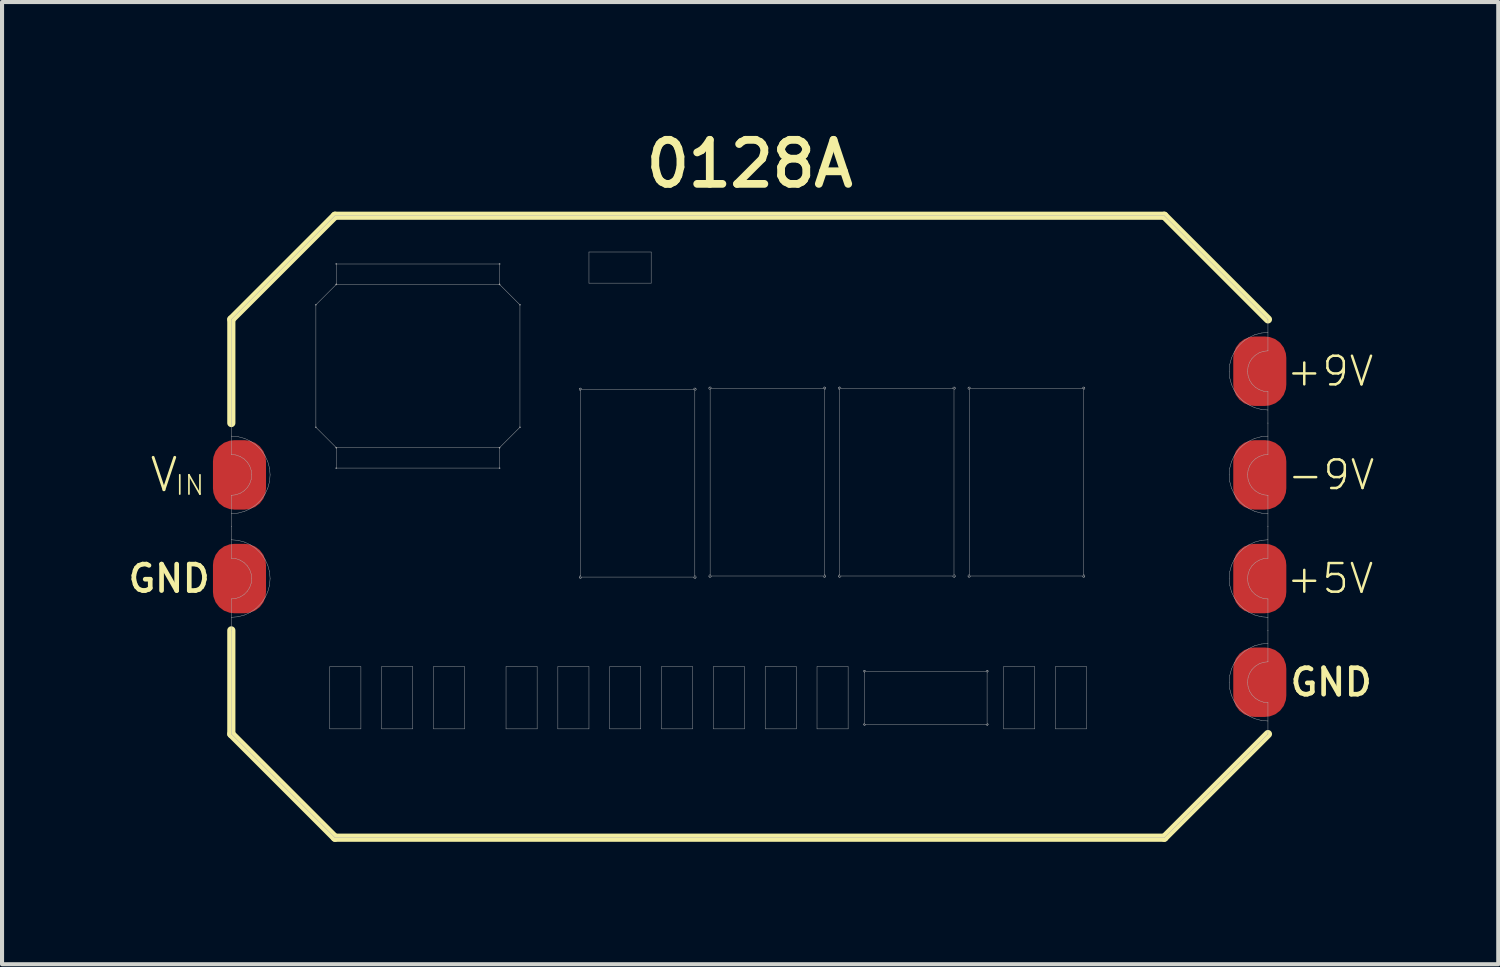
<source format=kicad_pcb>
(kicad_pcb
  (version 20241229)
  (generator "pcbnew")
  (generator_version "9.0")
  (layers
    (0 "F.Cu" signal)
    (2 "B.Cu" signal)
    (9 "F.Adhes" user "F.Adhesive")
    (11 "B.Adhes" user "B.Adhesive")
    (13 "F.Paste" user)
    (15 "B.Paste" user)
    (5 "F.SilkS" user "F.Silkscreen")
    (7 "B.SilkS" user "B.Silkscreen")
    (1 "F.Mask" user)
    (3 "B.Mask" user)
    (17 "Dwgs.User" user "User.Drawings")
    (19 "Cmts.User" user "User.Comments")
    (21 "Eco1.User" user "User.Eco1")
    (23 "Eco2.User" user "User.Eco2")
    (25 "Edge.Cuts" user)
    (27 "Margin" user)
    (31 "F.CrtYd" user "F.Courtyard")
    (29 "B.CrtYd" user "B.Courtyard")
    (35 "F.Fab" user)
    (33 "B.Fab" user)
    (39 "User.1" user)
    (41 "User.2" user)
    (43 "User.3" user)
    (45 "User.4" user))
  (footprint "0128A"
    (layer "F.Cu")
    (at 15.318 9.856)
    (property "Reference" "0128A" (at 0 -8.89 0) (layer "F.SilkS") (effects (font (size 1.079 1.079) (thickness 0.191))))
    (fp_line (start -12.7 -5.08) (end -10.16 -7.62) (stroke (width 0.2) (type solid)) (layer "F.SilkS"))
    (fp_line (start -12.7 -2.54) (end -12.7 -5.08) (stroke (width 0.2) (type solid)) (layer "F.SilkS"))
    (fp_line (start -12.7 5.08) (end -12.7 2.54) (stroke (width 0.2) (type solid)) (layer "F.SilkS"))
    (fp_line (start -10.16 -7.62) (end 10.16 -7.62) (stroke (width 0.2) (type solid)) (layer "F.SilkS"))
    (fp_line (start -10.16 7.62) (end -12.7 5.08) (stroke (width 0.2) (type solid)) (layer "F.SilkS"))
    (fp_line (start 10.16 -7.62) (end 12.7 -5.08) (stroke (width 0.2) (type solid)) (layer "F.SilkS"))
    (fp_line (start 10.16 7.62) (end -10.16 7.62) (stroke (width 0.2) (type solid)) (layer "F.SilkS"))
    (fp_line (start 12.7 5.08) (end 10.16 7.62) (stroke (width 0.2) (type solid)) (layer "F.SilkS"))
    (fp_line (start -12.7 -5.08) (end -12.7 -2.22) (stroke (width 0.01) (type solid)) (layer "F.Fab"))
    (fp_line (start -12.7 -2.22) (end -12.535 -2.206) (stroke (width 0.01) (type solid)) (layer "F.Fab"))
    (fp_line (start -12.7 -1.77) (end -12.7 -2.22) (stroke (width 0.01) (type solid)) (layer "F.Fab"))
    (fp_line (start -12.7 -0.77) (end -12.589 -0.782) (stroke (width 0.01) (type solid)) (layer "F.Fab"))
    (fp_line (start -12.7 -0.32) (end -12.7 -0.77) (stroke (width 0.01) (type solid)) (layer "F.Fab"))
    (fp_line (start -12.7 0.32) (end -12.7 -0.32) (stroke (width 0.01) (type solid)) (layer "F.Fab"))
    (fp_line (start -12.7 0.32) (end -12.535 0.334) (stroke (width 0.01) (type solid)) (layer "F.Fab"))
    (fp_line (start -12.7 0.77) (end -12.7 0.32) (stroke (width 0.01) (type solid)) (layer "F.Fab"))
    (fp_line (start -12.7 1.77) (end -12.589 1.758) (stroke (width 0.01) (type solid)) (layer "F.Fab"))
    (fp_line (start -12.7 2.22) (end -12.7 1.77) (stroke (width 0.01) (type solid)) (layer "F.Fab"))
    (fp_line (start -12.7 2.22) (end -12.7 5.08) (stroke (width 0.01) (type solid)) (layer "F.Fab"))
    (fp_line (start -12.7 5.08) (end -10.16 7.62) (stroke (width 0.01) (type solid)) (layer "F.Fab"))
    (fp_line (start -12.589 -1.758) (end -12.7 -1.77) (stroke (width 0.01) (type solid)) (layer "F.Fab"))
    (fp_line (start -12.589 -0.782) (end -12.483 -0.82) (stroke (width 0.01) (type solid)) (layer "F.Fab"))
    (fp_line (start -12.589 0.782) (end -12.7 0.77) (stroke (width 0.01) (type solid)) (layer "F.Fab"))
    (fp_line (start -12.589 1.758) (end -12.483 1.72) (stroke (width 0.01) (type solid)) (layer "F.Fab"))
    (fp_line (start -12.535 -2.206) (end -12.375 -2.163) (stroke (width 0.01) (type solid)) (layer "F.Fab"))
    (fp_line (start -12.535 -0.334) (end -12.7 -0.32) (stroke (width 0.01) (type solid)) (layer "F.Fab"))
    (fp_line (start -12.535 0.334) (end -12.375 0.377) (stroke (width 0.01) (type solid)) (layer "F.Fab"))
    (fp_line (start -12.535 2.206) (end -12.7 2.22) (stroke (width 0.01) (type solid)) (layer "F.Fab"))
    (fp_line (start -12.483 -1.72) (end -12.589 -1.758) (stroke (width 0.01) (type solid)) (layer "F.Fab"))
    (fp_line (start -12.483 -0.82) (end -12.388 -0.879) (stroke (width 0.01) (type solid)) (layer "F.Fab"))
    (fp_line (start -12.483 0.82) (end -12.589 0.782) (stroke (width 0.01) (type solid)) (layer "F.Fab"))
    (fp_line (start -12.483 1.72) (end -12.388 1.661) (stroke (width 0.01) (type solid)) (layer "F.Fab"))
    (fp_line (start -12.388 -1.661) (end -12.483 -1.72) (stroke (width 0.01) (type solid)) (layer "F.Fab"))
    (fp_line (start -12.388 -0.879) (end -12.309 -0.958) (stroke (width 0.01) (type solid)) (layer "F.Fab"))
    (fp_line (start -12.388 0.879) (end -12.483 0.82) (stroke (width 0.01) (type solid)) (layer "F.Fab"))
    (fp_line (start -12.388 1.661) (end -12.309 1.582) (stroke (width 0.01) (type solid)) (layer "F.Fab"))
    (fp_line (start -12.375 -2.163) (end -12.225 -2.093) (stroke (width 0.01) (type solid)) (layer "F.Fab"))
    (fp_line (start -12.375 -0.377) (end -12.535 -0.334) (stroke (width 0.01) (type solid)) (layer "F.Fab"))
    (fp_line (start -12.375 0.377) (end -12.225 0.447) (stroke (width 0.01) (type solid)) (layer "F.Fab"))
    (fp_line (start -12.375 2.163) (end -12.535 2.206) (stroke (width 0.01) (type solid)) (layer "F.Fab"))
    (fp_line (start -12.309 -1.582) (end -12.388 -1.661) (stroke (width 0.01) (type solid)) (layer "F.Fab"))
    (fp_line (start -12.309 -0.958) (end -12.249 -1.053) (stroke (width 0.01) (type solid)) (layer "F.Fab"))
    (fp_line (start -12.309 0.958) (end -12.388 0.879) (stroke (width 0.01) (type solid)) (layer "F.Fab"))
    (fp_line (start -12.309 1.582) (end -12.249 1.487) (stroke (width 0.01) (type solid)) (layer "F.Fab"))
    (fp_line (start -12.249 -1.487) (end -12.309 -1.582) (stroke (width 0.01) (type solid)) (layer "F.Fab"))
    (fp_line (start -12.249 -1.053) (end -12.213 -1.159) (stroke (width 0.01) (type solid)) (layer "F.Fab"))
    (fp_line (start -12.249 1.053) (end -12.309 0.958) (stroke (width 0.01) (type solid)) (layer "F.Fab"))
    (fp_line (start -12.249 1.487) (end -12.213 1.381) (stroke (width 0.01) (type solid)) (layer "F.Fab"))
    (fp_line (start -12.225 -2.093) (end -12.089 -1.998) (stroke (width 0.01) (type solid)) (layer "F.Fab"))
    (fp_line (start -12.225 -0.447) (end -12.375 -0.377) (stroke (width 0.01) (type solid)) (layer "F.Fab"))
    (fp_line (start -12.225 0.447) (end -12.089 0.542) (stroke (width 0.01) (type solid)) (layer "F.Fab"))
    (fp_line (start -12.225 2.093) (end -12.375 2.163) (stroke (width 0.01) (type solid)) (layer "F.Fab"))
    (fp_line (start -12.213 -1.381) (end -12.249 -1.487) (stroke (width 0.01) (type solid)) (layer "F.Fab"))
    (fp_line (start -12.213 -1.159) (end -12.2 -1.27) (stroke (width 0.01) (type solid)) (layer "F.Fab"))
    (fp_line (start -12.213 1.159) (end -12.249 1.053) (stroke (width 0.01) (type solid)) (layer "F.Fab"))
    (fp_line (start -12.213 1.381) (end -12.2 1.27) (stroke (width 0.01) (type solid)) (layer "F.Fab"))
    (fp_line (start -12.2 -1.27) (end -12.213 -1.381) (stroke (width 0.01) (type solid)) (layer "F.Fab"))
    (fp_line (start -12.2 1.27) (end -12.213 1.159) (stroke (width 0.01) (type solid)) (layer "F.Fab"))
    (fp_line (start -12.089 -1.998) (end -11.972 -1.881) (stroke (width 0.01) (type solid)) (layer "F.Fab"))
    (fp_line (start -12.089 -0.542) (end -12.225 -0.447) (stroke (width 0.01) (type solid)) (layer "F.Fab"))
    (fp_line (start -12.089 0.542) (end -11.972 0.659) (stroke (width 0.01) (type solid)) (layer "F.Fab"))
    (fp_line (start -12.089 1.998) (end -12.225 2.093) (stroke (width 0.01) (type solid)) (layer "F.Fab"))
    (fp_line (start -11.972 -1.881) (end -11.877 -1.745) (stroke (width 0.01) (type solid)) (layer "F.Fab"))
    (fp_line (start -11.972 -0.659) (end -12.089 -0.542) (stroke (width 0.01) (type solid)) (layer "F.Fab"))
    (fp_line (start -11.972 0.659) (end -11.877 0.795) (stroke (width 0.01) (type solid)) (layer "F.Fab"))
    (fp_line (start -11.972 1.881) (end -12.089 1.998) (stroke (width 0.01) (type solid)) (layer "F.Fab"))
    (fp_line (start -11.877 -1.745) (end -11.807 -1.595) (stroke (width 0.01) (type solid)) (layer "F.Fab"))
    (fp_line (start -11.877 -0.795) (end -11.972 -0.659) (stroke (width 0.01) (type solid)) (layer "F.Fab"))
    (fp_line (start -11.877 0.795) (end -11.807 0.945) (stroke (width 0.01) (type solid)) (layer "F.Fab"))
    (fp_line (start -11.877 1.745) (end -11.972 1.881) (stroke (width 0.01) (type solid)) (layer "F.Fab"))
    (fp_line (start -11.807 -1.595) (end -11.764 -1.435) (stroke (width 0.01) (type solid)) (layer "F.Fab"))
    (fp_line (start -11.807 -0.945) (end -11.877 -0.795) (stroke (width 0.01) (type solid)) (layer "F.Fab"))
    (fp_line (start -11.807 0.945) (end -11.764 1.105) (stroke (width 0.01) (type solid)) (layer "F.Fab"))
    (fp_line (start -11.807 1.595) (end -11.877 1.745) (stroke (width 0.01) (type solid)) (layer "F.Fab"))
    (fp_line (start -11.764 -1.435) (end -11.75 -1.27) (stroke (width 0.01) (type solid)) (layer "F.Fab"))
    (fp_line (start -11.764 -1.105) (end -11.807 -0.945) (stroke (width 0.01) (type solid)) (layer "F.Fab"))
    (fp_line (start -11.764 1.105) (end -11.75 1.27) (stroke (width 0.01) (type solid)) (layer "F.Fab"))
    (fp_line (start -11.764 1.435) (end -11.807 1.595) (stroke (width 0.01) (type solid)) (layer "F.Fab"))
    (fp_line (start -11.75 -1.27) (end -11.764 -1.105) (stroke (width 0.01) (type solid)) (layer "F.Fab"))
    (fp_line (start -11.75 1.27) (end -11.764 1.435) (stroke (width 0.01) (type solid)) (layer "F.Fab"))
    (fp_line (start -10.628 -5.437) (end -10.128 -5.937) (stroke (width 0.01) (type solid)) (layer "F.Fab"))
    (fp_line (start -10.628 -2.437) (end -10.628 -5.437) (stroke (width 0.01) (type solid)) (layer "F.Fab"))
    (fp_line (start -10.287 3.429) (end -9.525 3.429) (stroke (width 0.01) (type solid)) (layer "F.Fab"))
    (fp_line (start -10.287 4.953) (end -10.287 3.429) (stroke (width 0.01) (type solid)) (layer "F.Fab"))
    (fp_line (start -10.16 -7.62) (end -12.7 -5.08) (stroke (width 0.01) (type solid)) (layer "F.Fab"))
    (fp_line (start -10.16 7.62) (end 10.16 7.62) (stroke (width 0.01) (type solid)) (layer "F.Fab"))
    (fp_line (start -10.128 -6.437) (end -6.141 -6.437) (stroke (width 0.01) (type solid)) (layer "F.Fab"))
    (fp_line (start -10.128 -6.425) (end -10.128 -6.437) (stroke (width 0.01) (type solid)) (layer "F.Fab"))
    (fp_line (start -10.128 -5.949) (end -10.128 -6.425) (stroke (width 0.01) (type solid)) (layer "F.Fab"))
    (fp_line (start -10.128 -5.937) (end -10.128 -5.949) (stroke (width 0.01) (type solid)) (layer "F.Fab"))
    (fp_line (start -10.128 -5.937) (end -6.128 -5.937) (stroke (width 0.01) (type solid)) (layer "F.Fab"))
    (fp_line (start -10.128 -1.937) (end -10.628 -2.437) (stroke (width 0.01) (type solid)) (layer "F.Fab"))
    (fp_line (start -10.128 -1.925) (end -10.128 -1.937) (stroke (width 0.01) (type solid)) (layer "F.Fab"))
    (fp_line (start -10.128 -1.45) (end -10.128 -1.925) (stroke (width 0.01) (type solid)) (layer "F.Fab"))
    (fp_line (start -10.128 -1.437) (end -10.128 -1.45) (stroke (width 0.01) (type solid)) (layer "F.Fab"))
    (fp_line (start -9.525 3.429) (end -9.525 4.953) (stroke (width 0.01) (type solid)) (layer "F.Fab"))
    (fp_line (start -9.525 4.953) (end -10.287 4.953) (stroke (width 0.01) (type solid)) (layer "F.Fab"))
    (fp_line (start -9.017 3.429) (end -8.255 3.429) (stroke (width 0.01) (type solid)) (layer "F.Fab"))
    (fp_line (start -9.017 4.953) (end -9.017 3.429) (stroke (width 0.01) (type solid)) (layer "F.Fab"))
    (fp_line (start -8.255 3.429) (end -8.255 4.953) (stroke (width 0.01) (type solid)) (layer "F.Fab"))
    (fp_line (start -8.255 4.953) (end -9.017 4.953) (stroke (width 0.01) (type solid)) (layer "F.Fab"))
    (fp_line (start -7.747 3.429) (end -6.985 3.429) (stroke (width 0.01) (type solid)) (layer "F.Fab"))
    (fp_line (start -7.747 4.953) (end -7.747 3.429) (stroke (width 0.01) (type solid)) (layer "F.Fab"))
    (fp_line (start -6.985 3.429) (end -6.985 4.953) (stroke (width 0.01) (type solid)) (layer "F.Fab"))
    (fp_line (start -6.985 4.953) (end -7.747 4.953) (stroke (width 0.01) (type solid)) (layer "F.Fab"))
    (fp_line (start -6.141 -6.437) (end -6.128 -6.437) (stroke (width 0.01) (type solid)) (layer "F.Fab"))
    (fp_line (start -6.128 -6.437) (end -6.128 -5.949) (stroke (width 0.01) (type solid)) (layer "F.Fab"))
    (fp_line (start -6.128 -5.949) (end -6.128 -5.937) (stroke (width 0.01) (type solid)) (layer "F.Fab"))
    (fp_line (start -6.128 -5.937) (end -5.628 -5.437) (stroke (width 0.01) (type solid)) (layer "F.Fab"))
    (fp_line (start -6.128 -1.937) (end -10.128 -1.937) (stroke (width 0.01) (type solid)) (layer "F.Fab"))
    (fp_line (start -6.128 -1.937) (end -6.128 -1.925) (stroke (width 0.01) (type solid)) (layer "F.Fab"))
    (fp_line (start -6.128 -1.925) (end -6.128 -1.45) (stroke (width 0.01) (type solid)) (layer "F.Fab"))
    (fp_line (start -6.128 -1.45) (end -6.128 -1.437) (stroke (width 0.01) (type solid)) (layer "F.Fab"))
    (fp_line (start -6.128 -1.437) (end -10.128 -1.437) (stroke (width 0.01) (type solid)) (layer "F.Fab"))
    (fp_line (start -5.969 3.429) (end -5.207 3.429) (stroke (width 0.01) (type solid)) (layer "F.Fab"))
    (fp_line (start -5.969 4.953) (end -5.969 3.429) (stroke (width 0.01) (type solid)) (layer "F.Fab"))
    (fp_line (start -5.628 -5.437) (end -5.628 -2.437) (stroke (width 0.01) (type solid)) (layer "F.Fab"))
    (fp_line (start -5.628 -2.437) (end -6.128 -1.937) (stroke (width 0.01) (type solid)) (layer "F.Fab"))
    (fp_line (start -5.207 3.429) (end -5.207 4.953) (stroke (width 0.01) (type solid)) (layer "F.Fab"))
    (fp_line (start -5.207 4.953) (end -5.969 4.953) (stroke (width 0.01) (type solid)) (layer "F.Fab"))
    (fp_line (start -4.699 3.429) (end -3.937 3.429) (stroke (width 0.01) (type solid)) (layer "F.Fab"))
    (fp_line (start -4.699 4.953) (end -4.699 3.429) (stroke (width 0.01) (type solid)) (layer "F.Fab"))
    (fp_line (start -4.143 -3.367) (end -1.375 -3.367) (stroke (width 0.01) (type solid)) (layer "F.Fab"))
    (fp_line (start -4.143 -3.335) (end -4.143 -3.367) (stroke (width 0.01) (type solid)) (layer "F.Fab"))
    (fp_line (start -4.143 1.202) (end -4.143 -3.335) (stroke (width 0.01) (type solid)) (layer "F.Fab"))
    (fp_line (start -4.143 1.233) (end -4.143 1.202) (stroke (width 0.01) (type solid)) (layer "F.Fab"))
    (fp_line (start -3.937 -6.731) (end -2.413 -6.731) (stroke (width 0.01) (type solid)) (layer "F.Fab"))
    (fp_line (start -3.937 -5.969) (end -3.937 -6.731) (stroke (width 0.01) (type solid)) (layer "F.Fab"))
    (fp_line (start -3.937 3.429) (end -3.937 4.953) (stroke (width 0.01) (type solid)) (layer "F.Fab"))
    (fp_line (start -3.937 4.953) (end -4.699 4.953) (stroke (width 0.01) (type solid)) (layer "F.Fab"))
    (fp_line (start -3.429 3.429) (end -2.667 3.429) (stroke (width 0.01) (type solid)) (layer "F.Fab"))
    (fp_line (start -3.429 4.953) (end -3.429 3.429) (stroke (width 0.01) (type solid)) (layer "F.Fab"))
    (fp_line (start -2.667 3.429) (end -2.667 4.953) (stroke (width 0.01) (type solid)) (layer "F.Fab"))
    (fp_line (start -2.667 4.953) (end -3.429 4.953) (stroke (width 0.01) (type solid)) (layer "F.Fab"))
    (fp_line (start -2.413 -6.731) (end -2.413 -5.969) (stroke (width 0.01) (type solid)) (layer "F.Fab"))
    (fp_line (start -2.413 -5.969) (end -3.937 -5.969) (stroke (width 0.01) (type solid)) (layer "F.Fab"))
    (fp_line (start -2.159 3.429) (end -1.397 3.429) (stroke (width 0.01) (type solid)) (layer "F.Fab"))
    (fp_line (start -2.159 4.953) (end -2.159 3.429) (stroke (width 0.01) (type solid)) (layer "F.Fab"))
    (fp_line (start -1.397 3.429) (end -1.397 4.953) (stroke (width 0.01) (type solid)) (layer "F.Fab"))
    (fp_line (start -1.397 4.953) (end -2.159 4.953) (stroke (width 0.01) (type solid)) (layer "F.Fab"))
    (fp_line (start -1.375 -3.367) (end -1.343 -3.367) (stroke (width 0.01) (type solid)) (layer "F.Fab"))
    (fp_line (start -1.343 -3.367) (end -1.343 1.202) (stroke (width 0.01) (type solid)) (layer "F.Fab"))
    (fp_line (start -1.343 1.202) (end -1.343 1.233) (stroke (width 0.01) (type solid)) (layer "F.Fab"))
    (fp_line (start -1.343 1.233) (end -4.143 1.233) (stroke (width 0.01) (type solid)) (layer "F.Fab"))
    (fp_line (start -0.968 -3.392) (end 1.8 -3.392) (stroke (width 0.01) (type solid)) (layer "F.Fab"))
    (fp_line (start -0.968 -3.36) (end -0.968 -3.392) (stroke (width 0.01) (type solid)) (layer "F.Fab"))
    (fp_line (start -0.968 1.176) (end -0.968 -3.36) (stroke (width 0.01) (type solid)) (layer "F.Fab"))
    (fp_line (start -0.968 1.208) (end -0.968 1.176) (stroke (width 0.01) (type solid)) (layer "F.Fab"))
    (fp_line (start -0.889 3.429) (end -0.127 3.429) (stroke (width 0.01) (type solid)) (layer "F.Fab"))
    (fp_line (start -0.889 4.953) (end -0.889 3.429) (stroke (width 0.01) (type solid)) (layer "F.Fab"))
    (fp_line (start -0.127 3.429) (end -0.127 4.953) (stroke (width 0.01) (type solid)) (layer "F.Fab"))
    (fp_line (start -0.127 4.953) (end -0.889 4.953) (stroke (width 0.01) (type solid)) (layer "F.Fab"))
    (fp_line (start 0.381 3.429) (end 1.143 3.429) (stroke (width 0.01) (type solid)) (layer "F.Fab"))
    (fp_line (start 0.381 4.953) (end 0.381 3.429) (stroke (width 0.01) (type solid)) (layer "F.Fab"))
    (fp_line (start 1.143 3.429) (end 1.143 4.953) (stroke (width 0.01) (type solid)) (layer "F.Fab"))
    (fp_line (start 1.143 4.953) (end 0.381 4.953) (stroke (width 0.01) (type solid)) (layer "F.Fab"))
    (fp_line (start 1.651 3.429) (end 2.413 3.429) (stroke (width 0.01) (type solid)) (layer "F.Fab"))
    (fp_line (start 1.651 4.953) (end 1.651 3.429) (stroke (width 0.01) (type solid)) (layer "F.Fab"))
    (fp_line (start 1.8 -3.392) (end 1.832 -3.392) (stroke (width 0.01) (type solid)) (layer "F.Fab"))
    (fp_line (start 1.832 -3.392) (end 1.832 1.176) (stroke (width 0.01) (type solid)) (layer "F.Fab"))
    (fp_line (start 1.832 1.176) (end 1.832 1.208) (stroke (width 0.01) (type solid)) (layer "F.Fab"))
    (fp_line (start 1.832 1.208) (end -0.968 1.208) (stroke (width 0.01) (type solid)) (layer "F.Fab"))
    (fp_line (start 2.207 -3.392) (end 4.975 -3.392) (stroke (width 0.01) (type solid)) (layer "F.Fab"))
    (fp_line (start 2.207 -3.36) (end 2.207 -3.392) (stroke (width 0.01) (type solid)) (layer "F.Fab"))
    (fp_line (start 2.207 1.176) (end 2.207 -3.36) (stroke (width 0.01) (type solid)) (layer "F.Fab"))
    (fp_line (start 2.207 1.208) (end 2.207 1.176) (stroke (width 0.01) (type solid)) (layer "F.Fab"))
    (fp_line (start 2.413 3.429) (end 2.413 4.953) (stroke (width 0.01) (type solid)) (layer "F.Fab"))
    (fp_line (start 2.413 4.953) (end 1.651 4.953) (stroke (width 0.01) (type solid)) (layer "F.Fab"))
    (fp_line (start 2.818 3.541) (end 5.793 3.541) (stroke (width 0.01) (type solid)) (layer "F.Fab"))
    (fp_line (start 2.818 3.566) (end 2.818 3.541) (stroke (width 0.01) (type solid)) (layer "F.Fab"))
    (fp_line (start 2.818 4.841) (end 2.818 3.566) (stroke (width 0.01) (type solid)) (layer "F.Fab"))
    (fp_line (start 2.843 4.841) (end 2.818 4.841) (stroke (width 0.01) (type solid)) (layer "F.Fab"))
    (fp_line (start 4.975 -3.392) (end 5.007 -3.392) (stroke (width 0.01) (type solid)) (layer "F.Fab"))
    (fp_line (start 5.007 -3.392) (end 5.007 1.176) (stroke (width 0.01) (type solid)) (layer "F.Fab"))
    (fp_line (start 5.007 1.176) (end 5.007 1.208) (stroke (width 0.01) (type solid)) (layer "F.Fab"))
    (fp_line (start 5.007 1.208) (end 2.207 1.208) (stroke (width 0.01) (type solid)) (layer "F.Fab"))
    (fp_line (start 5.382 -3.392) (end 8.15 -3.392) (stroke (width 0.01) (type solid)) (layer "F.Fab"))
    (fp_line (start 5.382 -3.36) (end 5.382 -3.392) (stroke (width 0.01) (type solid)) (layer "F.Fab"))
    (fp_line (start 5.382 1.176) (end 5.382 -3.36) (stroke (width 0.01) (type solid)) (layer "F.Fab"))
    (fp_line (start 5.382 1.208) (end 5.382 1.176) (stroke (width 0.01) (type solid)) (layer "F.Fab"))
    (fp_line (start 5.793 3.541) (end 5.818 3.541) (stroke (width 0.01) (type solid)) (layer "F.Fab"))
    (fp_line (start 5.793 4.841) (end 2.843 4.841) (stroke (width 0.01) (type solid)) (layer "F.Fab"))
    (fp_line (start 5.818 3.541) (end 5.818 4.841) (stroke (width 0.01) (type solid)) (layer "F.Fab"))
    (fp_line (start 5.818 4.841) (end 5.793 4.841) (stroke (width 0.01) (type solid)) (layer "F.Fab"))
    (fp_line (start 6.223 3.429) (end 6.985 3.429) (stroke (width 0.01) (type solid)) (layer "F.Fab"))
    (fp_line (start 6.223 4.953) (end 6.223 3.429) (stroke (width 0.01) (type solid)) (layer "F.Fab"))
    (fp_line (start 6.985 3.429) (end 6.985 4.953) (stroke (width 0.01) (type solid)) (layer "F.Fab"))
    (fp_line (start 6.985 4.953) (end 6.223 4.953) (stroke (width 0.01) (type solid)) (layer "F.Fab"))
    (fp_line (start 7.493 3.429) (end 8.255 3.429) (stroke (width 0.01) (type solid)) (layer "F.Fab"))
    (fp_line (start 7.493 4.953) (end 7.493 3.429) (stroke (width 0.01) (type solid)) (layer "F.Fab"))
    (fp_line (start 8.15 -3.392) (end 8.182 -3.392) (stroke (width 0.01) (type solid)) (layer "F.Fab"))
    (fp_line (start 8.182 -3.392) (end 8.182 1.176) (stroke (width 0.01) (type solid)) (layer "F.Fab"))
    (fp_line (start 8.182 1.176) (end 8.182 1.208) (stroke (width 0.01) (type solid)) (layer "F.Fab"))
    (fp_line (start 8.182 1.208) (end 5.382 1.208) (stroke (width 0.01) (type solid)) (layer "F.Fab"))
    (fp_line (start 8.255 3.429) (end 8.255 4.953) (stroke (width 0.01) (type solid)) (layer "F.Fab"))
    (fp_line (start 8.255 4.953) (end 7.493 4.953) (stroke (width 0.01) (type solid)) (layer "F.Fab"))
    (fp_line (start 10.16 -7.62) (end -10.16 -7.62) (stroke (width 0.01) (type solid)) (layer "F.Fab"))
    (fp_line (start 10.16 7.62) (end 12.7 5.08) (stroke (width 0.01) (type solid)) (layer "F.Fab"))
    (fp_line (start 11.75 -3.81) (end 11.764 -3.975) (stroke (width 0.01) (type solid)) (layer "F.Fab"))
    (fp_line (start 11.75 -1.27) (end 11.764 -1.435) (stroke (width 0.01) (type solid)) (layer "F.Fab"))
    (fp_line (start 11.75 1.27) (end 11.764 1.105) (stroke (width 0.01) (type solid)) (layer "F.Fab"))
    (fp_line (start 11.75 3.81) (end 11.764 3.645) (stroke (width 0.01) (type solid)) (layer "F.Fab"))
    (fp_line (start 11.764 -3.975) (end 11.807 -4.135) (stroke (width 0.01) (type solid)) (layer "F.Fab"))
    (fp_line (start 11.764 -3.645) (end 11.75 -3.81) (stroke (width 0.01) (type solid)) (layer "F.Fab"))
    (fp_line (start 11.764 -1.435) (end 11.807 -1.595) (stroke (width 0.01) (type solid)) (layer "F.Fab"))
    (fp_line (start 11.764 -1.105) (end 11.75 -1.27) (stroke (width 0.01) (type solid)) (layer "F.Fab"))
    (fp_line (start 11.764 1.105) (end 11.807 0.945) (stroke (width 0.01) (type solid)) (layer "F.Fab"))
    (fp_line (start 11.764 1.435) (end 11.75 1.27) (stroke (width 0.01) (type solid)) (layer "F.Fab"))
    (fp_line (start 11.764 3.645) (end 11.807 3.485) (stroke (width 0.01) (type solid)) (layer "F.Fab"))
    (fp_line (start 11.764 3.975) (end 11.75 3.81) (stroke (width 0.01) (type solid)) (layer "F.Fab"))
    (fp_line (start 11.807 -4.135) (end 11.877 -4.285) (stroke (width 0.01) (type solid)) (layer "F.Fab"))
    (fp_line (start 11.807 -3.485) (end 11.764 -3.645) (stroke (width 0.01) (type solid)) (layer "F.Fab"))
    (fp_line (start 11.807 -1.595) (end 11.877 -1.745) (stroke (width 0.01) (type solid)) (layer "F.Fab"))
    (fp_line (start 11.807 -0.945) (end 11.764 -1.105) (stroke (width 0.01) (type solid)) (layer "F.Fab"))
    (fp_line (start 11.807 0.945) (end 11.877 0.795) (stroke (width 0.01) (type solid)) (layer "F.Fab"))
    (fp_line (start 11.807 1.595) (end 11.764 1.435) (stroke (width 0.01) (type solid)) (layer "F.Fab"))
    (fp_line (start 11.807 3.485) (end 11.877 3.335) (stroke (width 0.01) (type solid)) (layer "F.Fab"))
    (fp_line (start 11.807 4.135) (end 11.764 3.975) (stroke (width 0.01) (type solid)) (layer "F.Fab"))
    (fp_line (start 11.877 -4.285) (end 11.972 -4.421) (stroke (width 0.01) (type solid)) (layer "F.Fab"))
    (fp_line (start 11.877 -3.335) (end 11.807 -3.485) (stroke (width 0.01) (type solid)) (layer "F.Fab"))
    (fp_line (start 11.877 -1.745) (end 11.972 -1.881) (stroke (width 0.01) (type solid)) (layer "F.Fab"))
    (fp_line (start 11.877 -0.795) (end 11.807 -0.945) (stroke (width 0.01) (type solid)) (layer "F.Fab"))
    (fp_line (start 11.877 0.795) (end 11.972 0.659) (stroke (width 0.01) (type solid)) (layer "F.Fab"))
    (fp_line (start 11.877 1.745) (end 11.807 1.595) (stroke (width 0.01) (type solid)) (layer "F.Fab"))
    (fp_line (start 11.877 3.335) (end 11.972 3.199) (stroke (width 0.01) (type solid)) (layer "F.Fab"))
    (fp_line (start 11.877 4.285) (end 11.807 4.135) (stroke (width 0.01) (type solid)) (layer "F.Fab"))
    (fp_line (start 11.972 -4.421) (end 12.089 -4.538) (stroke (width 0.01) (type solid)) (layer "F.Fab"))
    (fp_line (start 11.972 -3.199) (end 11.877 -3.335) (stroke (width 0.01) (type solid)) (layer "F.Fab"))
    (fp_line (start 11.972 -1.881) (end 12.089 -1.998) (stroke (width 0.01) (type solid)) (layer "F.Fab"))
    (fp_line (start 11.972 -0.659) (end 11.877 -0.795) (stroke (width 0.01) (type solid)) (layer "F.Fab"))
    (fp_line (start 11.972 0.659) (end 12.089 0.542) (stroke (width 0.01) (type solid)) (layer "F.Fab"))
    (fp_line (start 11.972 1.881) (end 11.877 1.745) (stroke (width 0.01) (type solid)) (layer "F.Fab"))
    (fp_line (start 11.972 3.199) (end 12.089 3.082) (stroke (width 0.01) (type solid)) (layer "F.Fab"))
    (fp_line (start 11.972 4.421) (end 11.877 4.285) (stroke (width 0.01) (type solid)) (layer "F.Fab"))
    (fp_line (start 12.089 -4.538) (end 12.225 -4.633) (stroke (width 0.01) (type solid)) (layer "F.Fab"))
    (fp_line (start 12.089 -3.082) (end 11.972 -3.199) (stroke (width 0.01) (type solid)) (layer "F.Fab"))
    (fp_line (start 12.089 -1.998) (end 12.225 -2.093) (stroke (width 0.01) (type solid)) (layer "F.Fab"))
    (fp_line (start 12.089 -0.542) (end 11.972 -0.659) (stroke (width 0.01) (type solid)) (layer "F.Fab"))
    (fp_line (start 12.089 0.542) (end 12.225 0.447) (stroke (width 0.01) (type solid)) (layer "F.Fab"))
    (fp_line (start 12.089 1.998) (end 11.972 1.881) (stroke (width 0.01) (type solid)) (layer "F.Fab"))
    (fp_line (start 12.089 3.082) (end 12.225 2.987) (stroke (width 0.01) (type solid)) (layer "F.Fab"))
    (fp_line (start 12.089 4.538) (end 11.972 4.421) (stroke (width 0.01) (type solid)) (layer "F.Fab"))
    (fp_line (start 12.2 -3.81) (end 12.213 -3.699) (stroke (width 0.01) (type solid)) (layer "F.Fab"))
    (fp_line (start 12.2 -1.27) (end 12.213 -1.159) (stroke (width 0.01) (type solid)) (layer "F.Fab"))
    (fp_line (start 12.2 1.27) (end 12.213 1.381) (stroke (width 0.01) (type solid)) (layer "F.Fab"))
    (fp_line (start 12.2 3.81) (end 12.213 3.921) (stroke (width 0.01) (type solid)) (layer "F.Fab"))
    (fp_line (start 12.213 -3.921) (end 12.2 -3.81) (stroke (width 0.01) (type solid)) (layer "F.Fab"))
    (fp_line (start 12.213 -3.699) (end 12.249 -3.593) (stroke (width 0.01) (type solid)) (layer "F.Fab"))
    (fp_line (start 12.213 -1.381) (end 12.2 -1.27) (stroke (width 0.01) (type solid)) (layer "F.Fab"))
    (fp_line (start 12.213 -1.159) (end 12.249 -1.053) (stroke (width 0.01) (type solid)) (layer "F.Fab"))
    (fp_line (start 12.213 1.159) (end 12.2 1.27) (stroke (width 0.01) (type solid)) (layer "F.Fab"))
    (fp_line (start 12.213 1.381) (end 12.249 1.487) (stroke (width 0.01) (type solid)) (layer "F.Fab"))
    (fp_line (start 12.213 3.699) (end 12.2 3.81) (stroke (width 0.01) (type solid)) (layer "F.Fab"))
    (fp_line (start 12.213 3.921) (end 12.249 4.027) (stroke (width 0.01) (type solid)) (layer "F.Fab"))
    (fp_line (start 12.225 -4.633) (end 12.375 -4.703) (stroke (width 0.01) (type solid)) (layer "F.Fab"))
    (fp_line (start 12.225 -2.987) (end 12.089 -3.082) (stroke (width 0.01) (type solid)) (layer "F.Fab"))
    (fp_line (start 12.225 -2.093) (end 12.375 -2.163) (stroke (width 0.01) (type solid)) (layer "F.Fab"))
    (fp_line (start 12.225 -0.447) (end 12.089 -0.542) (stroke (width 0.01) (type solid)) (layer "F.Fab"))
    (fp_line (start 12.225 0.447) (end 12.375 0.377) (stroke (width 0.01) (type solid)) (layer "F.Fab"))
    (fp_line (start 12.225 2.093) (end 12.089 1.998) (stroke (width 0.01) (type solid)) (layer "F.Fab"))
    (fp_line (start 12.225 2.987) (end 12.375 2.917) (stroke (width 0.01) (type solid)) (layer "F.Fab"))
    (fp_line (start 12.225 4.633) (end 12.089 4.538) (stroke (width 0.01) (type solid)) (layer "F.Fab"))
    (fp_line (start 12.249 -4.027) (end 12.213 -3.921) (stroke (width 0.01) (type solid)) (layer "F.Fab"))
    (fp_line (start 12.249 -3.593) (end 12.309 -3.498) (stroke (width 0.01) (type solid)) (layer "F.Fab"))
    (fp_line (start 12.249 -1.487) (end 12.213 -1.381) (stroke (width 0.01) (type solid)) (layer "F.Fab"))
    (fp_line (start 12.249 -1.053) (end 12.309 -0.958) (stroke (width 0.01) (type solid)) (layer "F.Fab"))
    (fp_line (start 12.249 1.053) (end 12.213 1.159) (stroke (width 0.01) (type solid)) (layer "F.Fab"))
    (fp_line (start 12.249 1.487) (end 12.309 1.582) (stroke (width 0.01) (type solid)) (layer "F.Fab"))
    (fp_line (start 12.249 3.593) (end 12.213 3.699) (stroke (width 0.01) (type solid)) (layer "F.Fab"))
    (fp_line (start 12.249 4.027) (end 12.309 4.122) (stroke (width 0.01) (type solid)) (layer "F.Fab"))
    (fp_line (start 12.309 -4.122) (end 12.249 -4.027) (stroke (width 0.01) (type solid)) (layer "F.Fab"))
    (fp_line (start 12.309 -3.498) (end 12.388 -3.419) (stroke (width 0.01) (type solid)) (layer "F.Fab"))
    (fp_line (start 12.309 -1.582) (end 12.249 -1.487) (stroke (width 0.01) (type solid)) (layer "F.Fab"))
    (fp_line (start 12.309 -0.958) (end 12.388 -0.879) (stroke (width 0.01) (type solid)) (layer "F.Fab"))
    (fp_line (start 12.309 0.958) (end 12.249 1.053) (stroke (width 0.01) (type solid)) (layer "F.Fab"))
    (fp_line (start 12.309 1.582) (end 12.388 1.661) (stroke (width 0.01) (type solid)) (layer "F.Fab"))
    (fp_line (start 12.309 3.498) (end 12.249 3.593) (stroke (width 0.01) (type solid)) (layer "F.Fab"))
    (fp_line (start 12.309 4.122) (end 12.388 4.201) (stroke (width 0.01) (type solid)) (layer "F.Fab"))
    (fp_line (start 12.375 -4.703) (end 12.535 -4.746) (stroke (width 0.01) (type solid)) (layer "F.Fab"))
    (fp_line (start 12.375 -2.917) (end 12.225 -2.987) (stroke (width 0.01) (type solid)) (layer "F.Fab"))
    (fp_line (start 12.375 -2.163) (end 12.535 -2.206) (stroke (width 0.01) (type solid)) (layer "F.Fab"))
    (fp_line (start 12.375 -0.377) (end 12.225 -0.447) (stroke (width 0.01) (type solid)) (layer "F.Fab"))
    (fp_line (start 12.375 0.377) (end 12.535 0.334) (stroke (width 0.01) (type solid)) (layer "F.Fab"))
    (fp_line (start 12.375 2.163) (end 12.225 2.093) (stroke (width 0.01) (type solid)) (layer "F.Fab"))
    (fp_line (start 12.375 2.917) (end 12.535 2.874) (stroke (width 0.01) (type solid)) (layer "F.Fab"))
    (fp_line (start 12.375 4.703) (end 12.225 4.633) (stroke (width 0.01) (type solid)) (layer "F.Fab"))
    (fp_line (start 12.388 -4.201) (end 12.309 -4.122) (stroke (width 0.01) (type solid)) (layer "F.Fab"))
    (fp_line (start 12.388 -3.419) (end 12.483 -3.36) (stroke (width 0.01) (type solid)) (layer "F.Fab"))
    (fp_line (start 12.388 -1.661) (end 12.309 -1.582) (stroke (width 0.01) (type solid)) (layer "F.Fab"))
    (fp_line (start 12.388 -0.879) (end 12.483 -0.82) (stroke (width 0.01) (type solid)) (layer "F.Fab"))
    (fp_line (start 12.388 0.879) (end 12.309 0.958) (stroke (width 0.01) (type solid)) (layer "F.Fab"))
    (fp_line (start 12.388 1.661) (end 12.483 1.72) (stroke (width 0.01) (type solid)) (layer "F.Fab"))
    (fp_line (start 12.388 3.419) (end 12.309 3.498) (stroke (width 0.01) (type solid)) (layer "F.Fab"))
    (fp_line (start 12.388 4.201) (end 12.483 4.261) (stroke (width 0.01) (type solid)) (layer "F.Fab"))
    (fp_line (start 12.483 -4.261) (end 12.388 -4.201) (stroke (width 0.01) (type solid)) (layer "F.Fab"))
    (fp_line (start 12.483 -3.36) (end 12.589 -3.322) (stroke (width 0.01) (type solid)) (layer "F.Fab"))
    (fp_line (start 12.483 -1.72) (end 12.388 -1.661) (stroke (width 0.01) (type solid)) (layer "F.Fab"))
    (fp_line (start 12.483 -0.82) (end 12.589 -0.782) (stroke (width 0.01) (type solid)) (layer "F.Fab"))
    (fp_line (start 12.483 0.82) (end 12.388 0.879) (stroke (width 0.01) (type solid)) (layer "F.Fab"))
    (fp_line (start 12.483 1.72) (end 12.589 1.758) (stroke (width 0.01) (type solid)) (layer "F.Fab"))
    (fp_line (start 12.483 3.36) (end 12.388 3.419) (stroke (width 0.01) (type solid)) (layer "F.Fab"))
    (fp_line (start 12.483 4.261) (end 12.589 4.298) (stroke (width 0.01) (type solid)) (layer "F.Fab"))
    (fp_line (start 12.535 -4.746) (end 12.7 -4.76) (stroke (width 0.01) (type solid)) (layer "F.Fab"))
    (fp_line (start 12.535 -2.874) (end 12.375 -2.917) (stroke (width 0.01) (type solid)) (layer "F.Fab"))
    (fp_line (start 12.535 -2.206) (end 12.7 -2.22) (stroke (width 0.01) (type solid)) (layer "F.Fab"))
    (fp_line (start 12.535 -0.334) (end 12.375 -0.377) (stroke (width 0.01) (type solid)) (layer "F.Fab"))
    (fp_line (start 12.535 0.334) (end 12.7 0.32) (stroke (width 0.01) (type solid)) (layer "F.Fab"))
    (fp_line (start 12.535 2.206) (end 12.375 2.163) (stroke (width 0.01) (type solid)) (layer "F.Fab"))
    (fp_line (start 12.535 2.874) (end 12.7 2.86) (stroke (width 0.01) (type solid)) (layer "F.Fab"))
    (fp_line (start 12.535 4.746) (end 12.375 4.703) (stroke (width 0.01) (type solid)) (layer "F.Fab"))
    (fp_line (start 12.589 -4.298) (end 12.483 -4.261) (stroke (width 0.01) (type solid)) (layer "F.Fab"))
    (fp_line (start 12.589 -3.322) (end 12.7 -3.31) (stroke (width 0.01) (type solid)) (layer "F.Fab"))
    (fp_line (start 12.589 -1.758) (end 12.483 -1.72) (stroke (width 0.01) (type solid)) (layer "F.Fab"))
    (fp_line (start 12.589 -0.782) (end 12.7 -0.77) (stroke (width 0.01) (type solid)) (layer "F.Fab"))
    (fp_line (start 12.589 0.782) (end 12.483 0.82) (stroke (width 0.01) (type solid)) (layer "F.Fab"))
    (fp_line (start 12.589 1.758) (end 12.7 1.77) (stroke (width 0.01) (type solid)) (layer "F.Fab"))
    (fp_line (start 12.589 3.322) (end 12.483 3.36) (stroke (width 0.01) (type solid)) (layer "F.Fab"))
    (fp_line (start 12.589 4.298) (end 12.7 4.31) (stroke (width 0.01) (type solid)) (layer "F.Fab"))
    (fp_line (start 12.7 -5.08) (end 10.16 -7.62) (stroke (width 0.01) (type solid)) (layer "F.Fab"))
    (fp_line (start 12.7 -5.08) (end 12.7 -4.76) (stroke (width 0.01) (type solid)) (layer "F.Fab"))
    (fp_line (start 12.7 -4.76) (end 12.7 -4.31) (stroke (width 0.01) (type solid)) (layer "F.Fab"))
    (fp_line (start 12.7 -4.31) (end 12.589 -4.298) (stroke (width 0.01) (type solid)) (layer "F.Fab"))
    (fp_line (start 12.7 -3.31) (end 12.7 -2.86) (stroke (width 0.01) (type solid)) (layer "F.Fab"))
    (fp_line (start 12.7 -2.86) (end 12.535 -2.874) (stroke (width 0.01) (type solid)) (layer "F.Fab"))
    (fp_line (start 12.7 -2.86) (end 12.7 -2.22) (stroke (width 0.01) (type solid)) (layer "F.Fab"))
    (fp_line (start 12.7 -2.22) (end 12.7 -1.77) (stroke (width 0.01) (type solid)) (layer "F.Fab"))
    (fp_line (start 12.7 -1.77) (end 12.589 -1.758) (stroke (width 0.01) (type solid)) (layer "F.Fab"))
    (fp_line (start 12.7 -0.77) (end 12.7 -0.32) (stroke (width 0.01) (type solid)) (layer "F.Fab"))
    (fp_line (start 12.7 -0.32) (end 12.535 -0.334) (stroke (width 0.01) (type solid)) (layer "F.Fab"))
    (fp_line (start 12.7 0.32) (end 12.7 -0.32) (stroke (width 0.01) (type solid)) (layer "F.Fab"))
    (fp_line (start 12.7 0.32) (end 12.7 0.77) (stroke (width 0.01) (type solid)) (layer "F.Fab"))
    (fp_line (start 12.7 0.77) (end 12.589 0.782) (stroke (width 0.01) (type solid)) (layer "F.Fab"))
    (fp_line (start 12.7 1.77) (end 12.7 2.22) (stroke (width 0.01) (type solid)) (layer "F.Fab"))
    (fp_line (start 12.7 2.22) (end 12.535 2.206) (stroke (width 0.01) (type solid)) (layer "F.Fab"))
    (fp_line (start 12.7 2.22) (end 12.7 2.86) (stroke (width 0.01) (type solid)) (layer "F.Fab"))
    (fp_line (start 12.7 2.86) (end 12.7 3.31) (stroke (width 0.01) (type solid)) (layer "F.Fab"))
    (fp_line (start 12.7 3.31) (end 12.589 3.322) (stroke (width 0.01) (type solid)) (layer "F.Fab"))
    (fp_line (start 12.7 4.31) (end 12.7 4.76) (stroke (width 0.01) (type solid)) (layer "F.Fab"))
    (fp_line (start 12.7 4.76) (end 12.535 4.746) (stroke (width 0.01) (type solid)) (layer "F.Fab"))
    (fp_line (start 12.7 5.08) (end 12.7 4.76) (stroke (width 0.01) (type solid)) (layer "F.Fab"))
    (fp_arc (start -12.7025 -2.54) (mid -12.7 -2.5425) (end -12.6975 -2.54) (stroke (width 0.01) (type solid)) (layer "F.Fab"))
    (fp_arc (start -12.7025 -0.77) (mid -12.7 -0.7725) (end -12.6975 -0.77) (stroke (width 0.01) (type solid)) (layer "F.Fab"))
    (fp_arc (start -12.7025 0) (mid -12.7 -0.0025) (end -12.6975 0) (stroke (width 0.01) (type solid)) (layer "F.Fab"))
    (fp_arc (start -12.7025 1.77) (mid -12.7 1.7675) (end -12.6975 1.77) (stroke (width 0.01) (type solid)) (layer "F.Fab"))
    (fp_arc (start -12.6975 -1.77) (mid -12.7 -1.7675) (end -12.7025 -1.77) (stroke (width 0.01) (type solid)) (layer "F.Fab"))
    (fp_arc (start -12.6975 0) (mid -12.7 0.0025) (end -12.7025 0) (stroke (width 0.01) (type solid)) (layer "F.Fab"))
    (fp_arc (start -12.6975 0.77) (mid -12.7 0.7725) (end -12.7025 0.77) (stroke (width 0.01) (type solid)) (layer "F.Fab"))
    (fp_arc (start -12.6975 2.54) (mid -12.7 2.5425) (end -12.7025 2.54) (stroke (width 0.01) (type solid)) (layer "F.Fab"))
    (fp_arc (start -10.6405 -5.437) (mid -10.628 -5.4495) (end -10.6155 -5.437) (stroke (width 0.01) (type solid)) (layer "F.Fab"))
    (fp_arc (start -10.6368 -2.4282) (mid -10.6368 -2.4458) (end -10.6192 -2.4458) (stroke (width 0.01) (type solid)) (layer "F.Fab"))
    (fp_arc (start -10.6192 -5.4282) (mid -10.6368 -5.4282) (end -10.6368 -5.4458) (stroke (width 0.01) (type solid)) (layer "F.Fab"))
    (fp_arc (start -10.6155 -2.437) (mid -10.628 -2.4245) (end -10.6405 -2.437) (stroke (width 0.01) (type solid)) (layer "F.Fab"))
    (fp_arc (start -10.1405 -6.437) (mid -10.136839 -6.445839) (end -10.128 -6.4495) (stroke (width 0.01) (type solid)) (layer "F.Fab"))
    (fp_arc (start -10.1405 -1.937) (mid -10.136839 -1.945839) (end -10.128 -1.9495) (stroke (width 0.01) (type solid)) (layer "F.Fab"))
    (fp_arc (start -10.1368 -5.9458) (mid -10.1192 -5.9458) (end -10.1192 -5.9282) (stroke (width 0.01) (type solid)) (layer "F.Fab"))
    (fp_arc (start -10.128 -6.4495) (mid -10.119161 -6.445839) (end -10.1155 -6.437) (stroke (width 0.01) (type solid)) (layer "F.Fab"))
    (fp_arc (start -10.128 -6.4245) (mid -10.1405 -6.437) (end -10.128 -6.4495) (stroke (width 0.01) (type solid)) (layer "F.Fab"))
    (fp_arc (start -10.128 -5.9245) (mid -10.136839 -5.928161) (end -10.1405 -5.937) (stroke (width 0.01) (type solid)) (layer "F.Fab"))
    (fp_arc (start -10.128 -5.9245) (mid -10.1405 -5.937) (end -10.128 -5.9495) (stroke (width 0.01) (type solid)) (layer "F.Fab"))
    (fp_arc (start -10.128 -1.9495) (mid -10.119161 -1.945839) (end -10.1155 -1.937) (stroke (width 0.01) (type solid)) (layer "F.Fab"))
    (fp_arc (start -10.128 -1.9245) (mid -10.1405 -1.937) (end -10.128 -1.9495) (stroke (width 0.01) (type solid)) (layer "F.Fab"))
    (fp_arc (start -10.128 -1.4245) (mid -10.136839 -1.428161) (end -10.1405 -1.437) (stroke (width 0.01) (type solid)) (layer "F.Fab"))
    (fp_arc (start -10.128 -1.4245) (mid -10.1405 -1.437) (end -10.128 -1.4495) (stroke (width 0.01) (type solid)) (layer "F.Fab"))
    (fp_arc (start -10.1192 -1.9458) (mid -10.1192 -1.9282) (end -10.1368 -1.9282) (stroke (width 0.01) (type solid)) (layer "F.Fab"))
    (fp_arc (start -10.1155 -5.937) (mid -10.119161 -5.928161) (end -10.128 -5.9245) (stroke (width 0.01) (type solid)) (layer "F.Fab"))
    (fp_arc (start -10.1155 -1.437) (mid -10.119161 -1.428161) (end -10.128 -1.4245) (stroke (width 0.01) (type solid)) (layer "F.Fab"))
    (fp_arc (start -6.1405 -6.437) (mid -6.128 -6.4495) (end -6.1155 -6.437) (stroke (width 0.01) (type solid)) (layer "F.Fab"))
    (fp_arc (start -6.1405 -1.937) (mid -6.136839 -1.945839) (end -6.128 -1.9495) (stroke (width 0.01) (type solid)) (layer "F.Fab"))
    (fp_arc (start -6.1368 -5.9282) (mid -6.1368 -5.9458) (end -6.1192 -5.9458) (stroke (width 0.01) (type solid)) (layer "F.Fab"))
    (fp_arc (start -6.128 -6.4495) (mid -6.119161 -6.445839) (end -6.1155 -6.437) (stroke (width 0.01) (type solid)) (layer "F.Fab"))
    (fp_arc (start -6.128 -5.9495) (mid -6.1155 -5.937) (end -6.128 -5.9245) (stroke (width 0.01) (type solid)) (layer "F.Fab"))
    (fp_arc (start -6.128 -5.9245) (mid -6.136839 -5.928161) (end -6.1405 -5.937) (stroke (width 0.01) (type solid)) (layer "F.Fab"))
    (fp_arc (start -6.128 -1.9495) (mid -6.1155 -1.937) (end -6.128 -1.9245) (stroke (width 0.01) (type solid)) (layer "F.Fab"))
    (fp_arc (start -6.128 -1.9495) (mid -6.119161 -1.945839) (end -6.1155 -1.937) (stroke (width 0.01) (type solid)) (layer "F.Fab"))
    (fp_arc (start -6.128 -1.4495) (mid -6.1155 -1.437) (end -6.128 -1.4245) (stroke (width 0.01) (type solid)) (layer "F.Fab"))
    (fp_arc (start -6.128 -1.4245) (mid -6.136839 -1.428161) (end -6.1405 -1.437) (stroke (width 0.01) (type solid)) (layer "F.Fab"))
    (fp_arc (start -6.1192 -1.9282) (mid -6.1368 -1.9282) (end -6.1368 -1.9458) (stroke (width 0.01) (type solid)) (layer "F.Fab"))
    (fp_arc (start -6.1155 -6.437) (mid -6.119161 -6.428161) (end -6.128 -6.4245) (stroke (width 0.01) (type solid)) (layer "F.Fab"))
    (fp_arc (start -6.1155 -5.937) (mid -6.119161 -5.928161) (end -6.128 -5.9245) (stroke (width 0.01) (type solid)) (layer "F.Fab"))
    (fp_arc (start -6.1155 -1.437) (mid -6.119161 -1.428161) (end -6.128 -1.4245) (stroke (width 0.01) (type solid)) (layer "F.Fab"))
    (fp_arc (start -5.6405 -5.437) (mid -5.628 -5.4495) (end -5.6155 -5.437) (stroke (width 0.01) (type solid)) (layer "F.Fab"))
    (fp_arc (start -5.6368 -2.4458) (mid -5.6192 -2.4458) (end -5.6192 -2.4282) (stroke (width 0.01) (type solid)) (layer "F.Fab"))
    (fp_arc (start -5.6192 -5.4458) (mid -5.6192 -5.4282) (end -5.6368 -5.4282) (stroke (width 0.01) (type solid)) (layer "F.Fab"))
    (fp_arc (start -5.6155 -2.437) (mid -5.628 -2.4245) (end -5.6405 -2.437) (stroke (width 0.01) (type solid)) (layer "F.Fab"))
    (fp_arc (start -4.1749 -3.3668) (mid -4.14315 -3.39855) (end -4.1114 -3.3668) (stroke (width 0.01) (type solid)) (layer "F.Fab"))
    (fp_arc (start -4.1432 -3.335) (mid -4.175 -3.3668) (end -4.1432 -3.3986) (stroke (width 0.01) (type solid)) (layer "F.Fab"))
    (fp_arc (start -4.1432 1.2649) (mid -4.1749 1.2332) (end -4.1432 1.2015) (stroke (width 0.01) (type solid)) (layer "F.Fab"))
    (fp_arc (start -4.1114 1.2332) (mid -4.14315 1.26495) (end -4.1749 1.2332) (stroke (width 0.01) (type solid)) (layer "F.Fab"))
    (fp_arc (start -1.375 -3.3668) (mid -1.3432 -3.3986) (end -1.3114 -3.3668) (stroke (width 0.01) (type solid)) (layer "F.Fab"))
    (fp_arc (start -1.3432 -3.3986) (mid -1.320714 -3.389286) (end -1.3114 -3.3668) (stroke (width 0.01) (type solid)) (layer "F.Fab"))
    (fp_arc (start -1.3432 1.2015) (mid -1.3115 1.2332) (end -1.3432 1.2649) (stroke (width 0.01) (type solid)) (layer "F.Fab"))
    (fp_arc (start -1.3114 -3.3668) (mid -1.320714 -3.344314) (end -1.3432 -3.335) (stroke (width 0.01) (type solid)) (layer "F.Fab"))
    (fp_arc (start -1.3114 1.2332) (mid -1.3432 1.265) (end -1.375 1.2332) (stroke (width 0.01) (type solid)) (layer "F.Fab"))
    (fp_arc (start -1 -3.3922) (mid -0.990686 -3.414686) (end -0.9682 -3.424) (stroke (width 0.01) (type solid)) (layer "F.Fab"))
    (fp_arc (start -0.9682 -3.424) (mid -0.945714 -3.414686) (end -0.9364 -3.3922) (stroke (width 0.01) (type solid)) (layer "F.Fab"))
    (fp_arc (start -0.9682 -3.3604) (mid -1 -3.3922) (end -0.9682 -3.424) (stroke (width 0.01) (type solid)) (layer "F.Fab"))
    (fp_arc (start -0.9682 1.2395) (mid -0.99995 1.20775) (end -0.9682 1.176) (stroke (width 0.01) (type solid)) (layer "F.Fab"))
    (fp_arc (start -0.9364 1.2078) (mid -0.9682 1.2396) (end -1 1.2078) (stroke (width 0.01) (type solid)) (layer "F.Fab"))
    (fp_arc (start 1.8 -3.3922) (mid 1.8318 -3.424) (end 1.8636 -3.3922) (stroke (width 0.01) (type solid)) (layer "F.Fab"))
    (fp_arc (start 1.8318 -3.424) (mid 1.854286 -3.414686) (end 1.8636 -3.3922) (stroke (width 0.01) (type solid)) (layer "F.Fab"))
    (fp_arc (start 1.8318 1.176) (mid 1.86355 1.20775) (end 1.8318 1.2395) (stroke (width 0.01) (type solid)) (layer "F.Fab"))
    (fp_arc (start 1.8636 -3.3922) (mid 1.854286 -3.369714) (end 1.8318 -3.3604) (stroke (width 0.01) (type solid)) (layer "F.Fab"))
    (fp_arc (start 1.8636 1.2078) (mid 1.8318 1.2396) (end 1.8 1.2078) (stroke (width 0.01) (type solid)) (layer "F.Fab"))
    (fp_arc (start 2.175 -3.3922) (mid 2.184314 -3.414686) (end 2.2068 -3.424) (stroke (width 0.01) (type solid)) (layer "F.Fab"))
    (fp_arc (start 2.2068 -3.424) (mid 2.229286 -3.414686) (end 2.2386 -3.3922) (stroke (width 0.01) (type solid)) (layer "F.Fab"))
    (fp_arc (start 2.2068 -3.3604) (mid 2.175 -3.3922) (end 2.2068 -3.424) (stroke (width 0.01) (type solid)) (layer "F.Fab"))
    (fp_arc (start 2.2068 1.2395) (mid 2.17505 1.20775) (end 2.2068 1.176) (stroke (width 0.01) (type solid)) (layer "F.Fab"))
    (fp_arc (start 2.2386 1.2078) (mid 2.2068 1.2396) (end 2.175 1.2078) (stroke (width 0.01) (type solid)) (layer "F.Fab"))
    (fp_arc (start 2.7926 3.541) (mid 2.800039 3.523039) (end 2.818 3.5156) (stroke (width 0.01) (type solid)) (layer "F.Fab"))
    (fp_arc (start 2.7926 4.841) (mid 2.800039 4.823039) (end 2.818 4.8156) (stroke (width 0.01) (type solid)) (layer "F.Fab"))
    (fp_arc (start 2.818 3.5156) (mid 2.835961 3.523039) (end 2.8434 3.541) (stroke (width 0.01) (type solid)) (layer "F.Fab"))
    (fp_arc (start 2.818 3.5664) (mid 2.7926 3.541) (end 2.818 3.5156) (stroke (width 0.01) (type solid)) (layer "F.Fab"))
    (fp_arc (start 2.818 4.8664) (mid 2.800039 4.858961) (end 2.7926 4.841) (stroke (width 0.01) (type solid)) (layer "F.Fab"))
    (fp_arc (start 2.8434 4.841) (mid 2.818 4.8664) (end 2.7926 4.841) (stroke (width 0.01) (type solid)) (layer "F.Fab"))
    (fp_arc (start 4.9751 -3.3922) (mid 5.00685 -3.42395) (end 5.0386 -3.3922) (stroke (width 0.01) (type solid)) (layer "F.Fab"))
    (fp_arc (start 5.0068 -3.424) (mid 5.029286 -3.414686) (end 5.0386 -3.3922) (stroke (width 0.01) (type solid)) (layer "F.Fab"))
    (fp_arc (start 5.0068 1.176) (mid 5.03855 1.20775) (end 5.0068 1.2395) (stroke (width 0.01) (type solid)) (layer "F.Fab"))
    (fp_arc (start 5.0386 -3.3922) (mid 5.029286 -3.369714) (end 5.0068 -3.3604) (stroke (width 0.01) (type solid)) (layer "F.Fab"))
    (fp_arc (start 5.0386 1.2078) (mid 5.00685 1.23955) (end 4.9751 1.2078) (stroke (width 0.01) (type solid)) (layer "F.Fab"))
    (fp_arc (start 5.3501 -3.3922) (mid 5.38185 -3.42395) (end 5.4136 -3.3922) (stroke (width 0.01) (type solid)) (layer "F.Fab"))
    (fp_arc (start 5.3818 -3.3604) (mid 5.35 -3.3922) (end 5.3818 -3.424) (stroke (width 0.01) (type solid)) (layer "F.Fab"))
    (fp_arc (start 5.3818 1.2395) (mid 5.35005 1.20775) (end 5.3818 1.176) (stroke (width 0.01) (type solid)) (layer "F.Fab"))
    (fp_arc (start 5.4136 1.2078) (mid 5.38185 1.23955) (end 5.3501 1.2078) (stroke (width 0.01) (type solid)) (layer "F.Fab"))
    (fp_arc (start 5.7926 3.541) (mid 5.818 3.5156) (end 5.8434 3.541) (stroke (width 0.01) (type solid)) (layer "F.Fab"))
    (fp_arc (start 5.818 3.5156) (mid 5.835961 3.523039) (end 5.8434 3.541) (stroke (width 0.01) (type solid)) (layer "F.Fab"))
    (fp_arc (start 5.818 4.8156) (mid 5.835961 4.823039) (end 5.8434 4.841) (stroke (width 0.01) (type solid)) (layer "F.Fab"))
    (fp_arc (start 5.8434 3.541) (mid 5.835961 3.558961) (end 5.818 3.5664) (stroke (width 0.01) (type solid)) (layer "F.Fab"))
    (fp_arc (start 5.8434 4.841) (mid 5.818 4.8664) (end 5.7926 4.841) (stroke (width 0.01) (type solid)) (layer "F.Fab"))
    (fp_arc (start 5.8434 4.841) (mid 5.835961 4.858961) (end 5.818 4.8664) (stroke (width 0.01) (type solid)) (layer "F.Fab"))
    (fp_arc (start 8.1501 -3.3922) (mid 8.18185 -3.42395) (end 8.2136 -3.3922) (stroke (width 0.01) (type solid)) (layer "F.Fab"))
    (fp_arc (start 8.1818 -3.424) (mid 8.204286 -3.414686) (end 8.2136 -3.3922) (stroke (width 0.01) (type solid)) (layer "F.Fab"))
    (fp_arc (start 8.1818 1.176) (mid 8.21355 1.20775) (end 8.1818 1.2395) (stroke (width 0.01) (type solid)) (layer "F.Fab"))
    (fp_arc (start 8.2136 -3.3922) (mid 8.204286 -3.369714) (end 8.1818 -3.3604) (stroke (width 0.01) (type solid)) (layer "F.Fab"))
    (fp_arc (start 8.2136 1.2078) (mid 8.18185 1.23955) (end 8.1501 1.2078) (stroke (width 0.01) (type solid)) (layer "F.Fab"))
    (fp_arc (start 12.6975 -5.08) (mid 12.7 -5.0825) (end 12.7025 -5.08) (stroke (width 0.01) (type solid)) (layer "F.Fab"))
    (fp_arc (start 12.6975 -3.31) (mid 12.7 -3.3125) (end 12.7025 -3.31) (stroke (width 0.01) (type solid)) (layer "F.Fab"))
    (fp_arc (start 12.6975 -2.54) (mid 12.7 -2.5425) (end 12.7025 -2.54) (stroke (width 0.01) (type solid)) (layer "F.Fab"))
    (fp_arc (start 12.6975 -0.77) (mid 12.7 -0.7725) (end 12.7025 -0.77) (stroke (width 0.01) (type solid)) (layer "F.Fab"))
    (fp_arc (start 12.6975 0) (mid 12.7 -0.0025) (end 12.7025 0) (stroke (width 0.01) (type solid)) (layer "F.Fab"))
    (fp_arc (start 12.6975 1.77) (mid 12.7 1.7675) (end 12.7025 1.77) (stroke (width 0.01) (type solid)) (layer "F.Fab"))
    (fp_arc (start 12.6975 2.54) (mid 12.7 2.5375) (end 12.7025 2.54) (stroke (width 0.01) (type solid)) (layer "F.Fab"))
    (fp_arc (start 12.6975 4.31) (mid 12.7 4.3075) (end 12.7025 4.31) (stroke (width 0.01) (type solid)) (layer "F.Fab"))
    (fp_arc (start 12.7025 -4.31) (mid 12.7 -4.3075) (end 12.6975 -4.31) (stroke (width 0.01) (type solid)) (layer "F.Fab"))
    (fp_arc (start 12.7025 -2.54) (mid 12.7 -2.5375) (end 12.6975 -2.54) (stroke (width 0.01) (type solid)) (layer "F.Fab"))
    (fp_arc (start 12.7025 -1.77) (mid 12.7 -1.7675) (end 12.6975 -1.77) (stroke (width 0.01) (type solid)) (layer "F.Fab"))
    (fp_arc (start 12.7025 0) (mid 12.7 0.0025) (end 12.6975 0) (stroke (width 0.01) (type solid)) (layer "F.Fab"))
    (fp_arc (start 12.7025 0.77) (mid 12.7 0.7725) (end 12.6975 0.77) (stroke (width 0.01) (type solid)) (layer "F.Fab"))
    (fp_arc (start 12.7025 2.54) (mid 12.7 2.5425) (end 12.6975 2.54) (stroke (width 0.01) (type solid)) (layer "F.Fab"))
    (fp_arc (start 12.7025 3.31) (mid 12.7 3.3125) (end 12.6975 3.31) (stroke (width 0.01) (type solid)) (layer "F.Fab"))
    (fp_arc (start 12.7025 5.08) (mid 12.7 5.0825) (end 12.6975 5.08) (stroke (width 0.01) (type solid)) (layer "F.Fab"))
    (fp_text user "GND" (at 14.249 3.81 0) (layer "F.SilkS") (effects (font (size 0.648 0.648) (thickness 0.114))))
    (fp_text user "GND" (at -14.224 1.27 0) (layer "F.SilkS") (effects (font (size 0.648 0.648) (thickness 0.114))))
    (fp_text user "-9V" (at 14.249 -1.27 0) (layer "F.SilkS") (effects (font (size 0.701 0.701) (thickness 0.061))))
    (fp_text user "+5V" (at 14.224 1.27 0) (layer "F.SilkS") (effects (font (size 0.701 0.701) (thickness 0.061))))
    (fp_text user "V" (at -14.351 -1.27 0) (layer "F.SilkS") (effects (font (size 0.795 0.795) (thickness 0.069))))
    (fp_text user "+9V" (at 14.224 -3.81 0) (layer "F.SilkS") (effects (font (size 0.701 0.701) (thickness 0.061))))
    (fp_text user "IN" (at -13.716 -1.016 0) (layer "F.SilkS") (effects (font (size 0.472 0.472) (thickness 0.041))))
    (pad "+9V" smd roundrect (at 12.5 -3.81 180) (size 1.3 1.7) (layers "F.Cu" "F.Mask" "F.Paste") (roundrect_rratio 0.4))
    (pad "-9V" smd roundrect (at 12.5 -1.27 180) (size 1.3 1.7) (layers "F.Cu" "F.Mask" "F.Paste") (roundrect_rratio 0.4))
    (pad "5V" smd roundrect (at 12.5 1.27 180) (size 1.3 1.7) (layers "F.Cu" "F.Mask" "F.Paste") (roundrect_rratio 0.4))
    (pad "GNDI" smd roundrect (at -12.5 1.27) (size 1.3 1.7) (layers "F.Cu" "F.Mask" "F.Paste") (roundrect_rratio 0.4))
    (pad "GNDO" smd roundrect (at 12.5 3.81 180) (size 1.3 1.7) (layers "F.Cu" "F.Mask" "F.Paste") (roundrect_rratio 0.4))
    (pad "VIN" smd roundrect (at -12.5 -1.27) (size 1.3 1.7) (layers "F.Cu" "F.Mask" "F.Paste") (roundrect_rratio 0.4)))
  (gr_rect
    (start -3 -3)
    (end 33.661 20.576)
    (stroke (width 0.1) (type default))
    (fill no)
    (layer "Edge.Cuts")))
</source>
